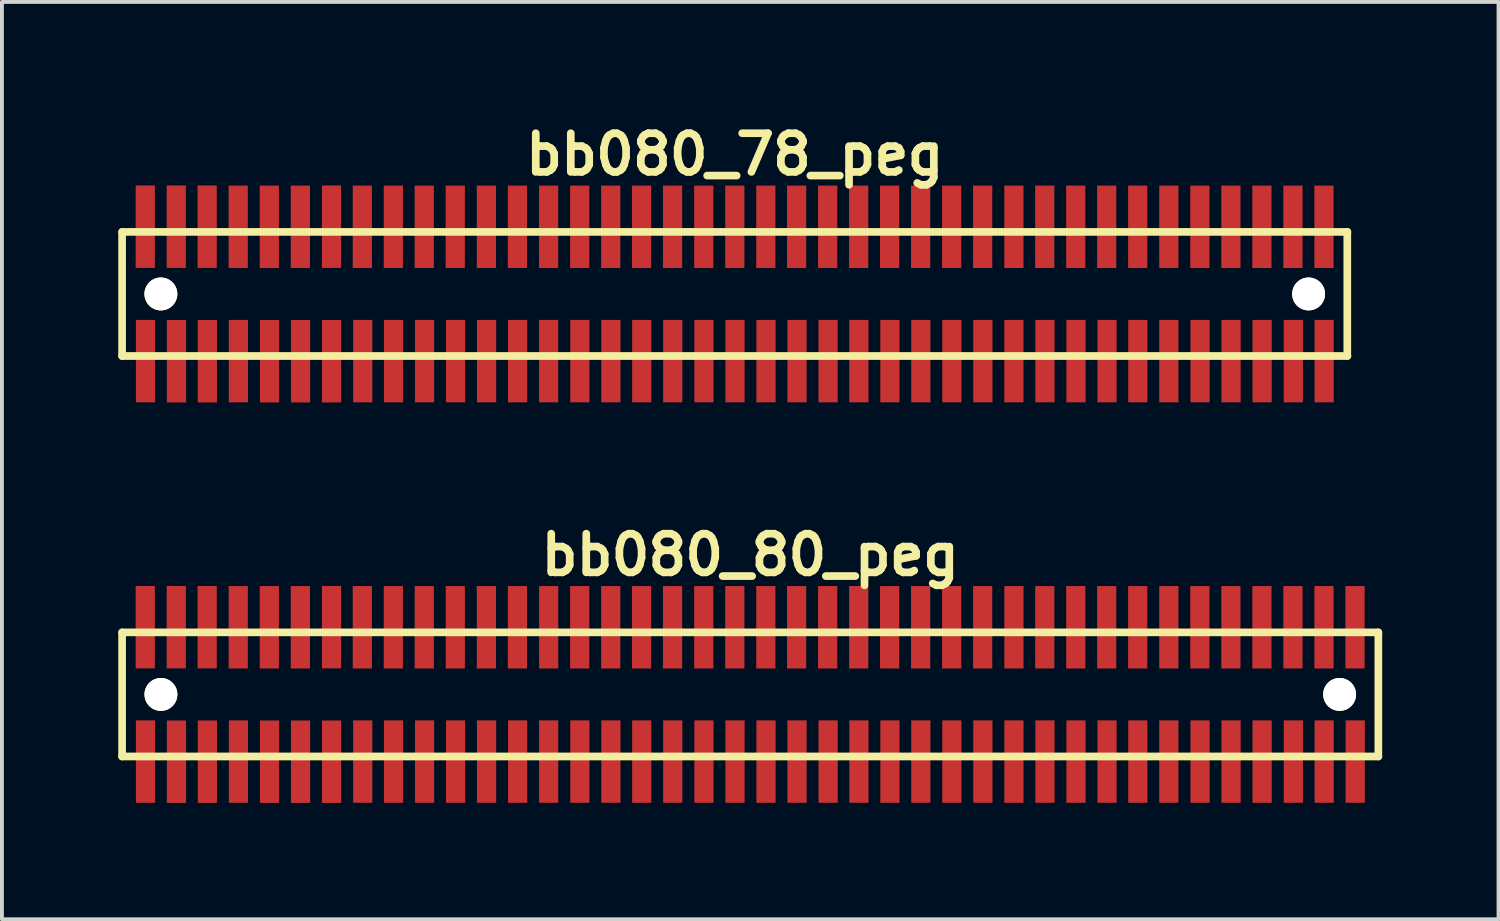
<source format=kicad_pcb>
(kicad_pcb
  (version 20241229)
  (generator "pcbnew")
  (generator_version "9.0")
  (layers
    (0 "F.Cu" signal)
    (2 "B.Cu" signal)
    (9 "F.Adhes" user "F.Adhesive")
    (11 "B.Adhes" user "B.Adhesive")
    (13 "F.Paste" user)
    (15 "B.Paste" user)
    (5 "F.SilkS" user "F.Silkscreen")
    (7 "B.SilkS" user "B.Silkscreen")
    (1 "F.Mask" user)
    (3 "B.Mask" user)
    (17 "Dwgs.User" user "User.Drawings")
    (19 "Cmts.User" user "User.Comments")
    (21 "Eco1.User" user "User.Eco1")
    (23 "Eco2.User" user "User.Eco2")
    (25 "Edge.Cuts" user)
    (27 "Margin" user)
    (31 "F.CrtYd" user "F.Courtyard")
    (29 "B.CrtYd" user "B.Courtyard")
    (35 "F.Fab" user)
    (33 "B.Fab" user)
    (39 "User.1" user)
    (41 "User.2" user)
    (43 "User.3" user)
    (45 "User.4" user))
  (footprint "bb080_80_peg"
    (layer "F.Cu")
    (at 16.299 14.859)
    (property "Reference" "bb080_80_peg" (at 0 -3.599 0) (layer "F.SilkS") (effects (font (size 0.998 0.998) (thickness 0.198))))
    (attr through_hole)
    (fp_line (start -16.2 -1.6) (end -16.2 1.6) (stroke (width 0.198) (type solid)) (layer "F.SilkS"))
    (fp_line (start -16.2 1.6) (end 16.198 1.6) (stroke (width 0.198) (type solid)) (layer "F.SilkS"))
    (fp_line (start 16.198 -1.6) (end -16.2 -1.6) (stroke (width 0.198) (type solid)) (layer "F.SilkS"))
    (fp_line (start 16.198 1.6) (end 16.198 -1.6) (stroke (width 0.198) (type solid)) (layer "F.SilkS"))
    (pad "" np_thru_hole circle (at -15.199 0) (size 0.848 0.848) (drill 0.848) (layers "*.Cu" "*.Mask" "F.SilkS"))
    (pad "" np_thru_hole circle (at 15.199 0) (size 0.848 0.848) (drill 0.848) (layers "*.Cu" "*.Mask" "F.SilkS"))
    (pad "1" smd rect (at -15.596 1.732) (size 0.495 2.126) (layers "F.Cu" "F.Mask" "F.Paste"))
    (pad "2" smd rect (at -15.603 -1.735) (size 0.495 2.126) (layers "F.Cu" "F.Mask" "F.Paste"))
    (pad "3" smd rect (at -14.798 1.735) (size 0.495 2.126) (layers "F.Cu" "F.Mask" "F.Paste"))
    (pad "4" smd rect (at -14.803 -1.735) (size 0.495 2.126) (layers "F.Cu" "F.Mask" "F.Paste"))
    (pad "5" smd rect (at -14 1.735) (size 0.495 2.126) (layers "F.Cu" "F.Mask" "F.Paste"))
    (pad "6" smd rect (at -14.006 -1.735) (size 0.495 2.126) (layers "F.Cu" "F.Mask" "F.Paste"))
    (pad "7" smd rect (at -13.2 1.732) (size 0.495 2.126) (layers "F.Cu" "F.Mask" "F.Paste"))
    (pad "8" smd rect (at -13.205 -1.732) (size 0.495 2.126) (layers "F.Cu" "F.Mask" "F.Paste"))
    (pad "9" smd rect (at -12.398 1.735) (size 0.495 2.126) (layers "F.Cu" "F.Mask" "F.Paste"))
    (pad "10" smd rect (at -12.403 -1.732) (size 0.495 2.126) (layers "F.Cu" "F.Mask" "F.Paste"))
    (pad "11" smd rect (at -11.598 1.735) (size 0.495 2.126) (layers "F.Cu" "F.Mask" "F.Paste"))
    (pad "12" smd rect (at -11.603 -1.732) (size 0.495 2.126) (layers "F.Cu" "F.Mask" "F.Paste"))
    (pad "13" smd rect (at -10.798 1.735) (size 0.495 2.126) (layers "F.Cu" "F.Mask" "F.Paste"))
    (pad "14" smd rect (at -10.8 -1.735) (size 0.495 2.126) (layers "F.Cu" "F.Mask" "F.Paste"))
    (pad "15" smd rect (at -9.995 1.732) (size 0.495 2.126) (layers "F.Cu" "F.Mask" "F.Paste"))
    (pad "16" smd rect (at -10.005 -1.732) (size 0.495 2.126) (layers "F.Cu" "F.Mask" "F.Paste"))
    (pad "17" smd rect (at -9.2 1.732) (size 0.495 2.126) (layers "F.Cu" "F.Mask" "F.Paste"))
    (pad "18" smd rect (at -9.205 -1.732) (size 0.495 2.126) (layers "F.Cu" "F.Mask" "F.Paste"))
    (pad "19" smd rect (at -8.4 1.732) (size 0.495 2.126) (layers "F.Cu" "F.Mask" "F.Paste"))
    (pad "20" smd rect (at -8.407 -1.732) (size 0.495 2.126) (layers "F.Cu" "F.Mask" "F.Paste"))
    (pad "21" smd rect (at -7.6 1.732) (size 0.495 2.126) (layers "F.Cu" "F.Mask" "F.Paste"))
    (pad "22" smd rect (at -7.607 -1.732) (size 0.495 2.126) (layers "F.Cu" "F.Mask" "F.Paste"))
    (pad "23" smd rect (at -6.8 1.732) (size 0.495 2.126) (layers "F.Cu" "F.Mask" "F.Paste"))
    (pad "24" smd rect (at -6.805 -1.732) (size 0.495 2.126) (layers "F.Cu" "F.Mask" "F.Paste"))
    (pad "25" smd rect (at -5.999 1.732) (size 0.495 2.126) (layers "F.Cu" "F.Mask" "F.Paste"))
    (pad "26" smd rect (at -6.005 -1.732) (size 0.495 2.126) (layers "F.Cu" "F.Mask" "F.Paste"))
    (pad "27" smd rect (at -5.199 1.732) (size 0.495 2.126) (layers "F.Cu" "F.Mask" "F.Paste"))
    (pad "28" smd rect (at -5.199 -1.732) (size 0.495 2.126) (layers "F.Cu" "F.Mask" "F.Paste"))
    (pad "29" smd rect (at -4.394 1.732) (size 0.495 2.126) (layers "F.Cu" "F.Mask" "F.Paste"))
    (pad "30" smd rect (at -4.399 -1.732) (size 0.495 2.126) (layers "F.Cu" "F.Mask" "F.Paste"))
    (pad "31" smd rect (at -3.594 1.732) (size 0.495 2.126) (layers "F.Cu" "F.Mask" "F.Paste"))
    (pad "32" smd rect (at -3.599 -1.732) (size 0.495 2.126) (layers "F.Cu" "F.Mask" "F.Paste"))
    (pad "33" smd rect (at -2.799 1.732) (size 0.495 2.126) (layers "F.Cu" "F.Mask" "F.Paste"))
    (pad "34" smd rect (at -2.804 -1.732) (size 0.495 2.126) (layers "F.Cu" "F.Mask" "F.Paste"))
    (pad "35" smd rect (at -1.999 1.732) (size 0.495 2.126) (layers "F.Cu" "F.Mask" "F.Paste"))
    (pad "36" smd rect (at -2.004 -1.732) (size 0.495 2.126) (layers "F.Cu" "F.Mask" "F.Paste"))
    (pad "37" smd rect (at -1.194 1.732) (size 0.495 2.126) (layers "F.Cu" "F.Mask" "F.Paste"))
    (pad "38" smd rect (at -1.199 -1.732) (size 0.495 2.126) (layers "F.Cu" "F.Mask" "F.Paste"))
    (pad "39" smd rect (at -0.394 1.732) (size 0.495 2.126) (layers "F.Cu" "F.Mask" "F.Paste"))
    (pad "40" smd rect (at -0.399 -1.732) (size 0.495 2.126) (layers "F.Cu" "F.Mask" "F.Paste"))
    (pad "41" smd rect (at 0.406 1.732) (size 0.495 2.126) (layers "F.Cu" "F.Mask" "F.Paste"))
    (pad "42" smd rect (at 0.401 -1.732) (size 0.495 2.126) (layers "F.Cu" "F.Mask" "F.Paste"))
    (pad "43" smd rect (at 1.206 1.732) (size 0.495 2.126) (layers "F.Cu" "F.Mask" "F.Paste"))
    (pad "44" smd rect (at 1.196 -1.732) (size 0.495 2.126) (layers "F.Cu" "F.Mask" "F.Paste"))
    (pad "45" smd rect (at 2.007 1.732) (size 0.495 2.126) (layers "F.Cu" "F.Mask" "F.Paste"))
    (pad "46" smd rect (at 1.996 -1.732) (size 0.495 2.126) (layers "F.Cu" "F.Mask" "F.Paste"))
    (pad "47" smd rect (at 2.802 1.732) (size 0.495 2.126) (layers "F.Cu" "F.Mask" "F.Paste"))
    (pad "48" smd rect (at 2.797 -1.732) (size 0.495 2.126) (layers "F.Cu" "F.Mask" "F.Paste"))
    (pad "49" smd rect (at 3.602 1.732) (size 0.495 2.126) (layers "F.Cu" "F.Mask" "F.Paste"))
    (pad "50" smd rect (at 3.594 -1.732) (size 0.495 2.126) (layers "F.Cu" "F.Mask" "F.Paste"))
    (pad "51" smd rect (at 4.399 1.732) (size 0.495 2.126) (layers "F.Cu" "F.Mask" "F.Paste"))
    (pad "52" smd rect (at 4.394 -1.732) (size 0.495 2.126) (layers "F.Cu" "F.Mask" "F.Paste"))
    (pad "53" smd rect (at 5.199 1.732) (size 0.495 2.126) (layers "F.Cu" "F.Mask" "F.Paste"))
    (pad "54" smd rect (at 5.194 -1.732) (size 0.495 2.126) (layers "F.Cu" "F.Mask" "F.Paste"))
    (pad "55" smd rect (at 5.999 1.732) (size 0.495 2.126) (layers "F.Cu" "F.Mask" "F.Paste"))
    (pad "56" smd rect (at 5.994 -1.732) (size 0.495 2.126) (layers "F.Cu" "F.Mask" "F.Paste"))
    (pad "57" smd rect (at 6.8 1.732) (size 0.495 2.126) (layers "F.Cu" "F.Mask" "F.Paste"))
    (pad "58" smd rect (at 6.8 -1.732) (size 0.495 2.126) (layers "F.Cu" "F.Mask" "F.Paste"))
    (pad "59" smd rect (at 7.6 1.732) (size 0.495 2.126) (layers "F.Cu" "F.Mask" "F.Paste"))
    (pad "60" smd rect (at 7.595 -1.732) (size 0.495 2.126) (layers "F.Cu" "F.Mask" "F.Paste"))
    (pad "61" smd rect (at 8.4 1.732) (size 0.495 2.126) (layers "F.Cu" "F.Mask" "F.Paste"))
    (pad "62" smd rect (at 8.395 -1.732) (size 0.495 2.126) (layers "F.Cu" "F.Mask" "F.Paste"))
    (pad "63" smd rect (at 9.2 1.732) (size 0.495 2.126) (layers "F.Cu" "F.Mask" "F.Paste"))
    (pad "64" smd rect (at 9.192 -1.732) (size 0.495 2.126) (layers "F.Cu" "F.Mask" "F.Paste"))
    (pad "65" smd rect (at 9.995 1.732) (size 0.495 2.126) (layers "F.Cu" "F.Mask" "F.Paste"))
    (pad "66" smd rect (at 9.992 -1.732) (size 0.495 2.126) (layers "F.Cu" "F.Mask" "F.Paste"))
    (pad "67" smd rect (at 10.795 1.732) (size 0.495 2.126) (layers "F.Cu" "F.Mask" "F.Paste"))
    (pad "68" smd rect (at 10.795 -1.732) (size 0.495 2.126) (layers "F.Cu" "F.Mask" "F.Paste"))
    (pad "69" smd rect (at 11.6 1.732) (size 0.495 2.126) (layers "F.Cu" "F.Mask" "F.Paste"))
    (pad "70" smd rect (at 11.595 -1.732) (size 0.495 2.126) (layers "F.Cu" "F.Mask" "F.Paste"))
    (pad "71" smd rect (at 12.4 1.732) (size 0.495 2.126) (layers "F.Cu" "F.Mask" "F.Paste"))
    (pad "72" smd rect (at 12.395 -1.732) (size 0.495 2.126) (layers "F.Cu" "F.Mask" "F.Paste"))
    (pad "73" smd rect (at 13.2 1.732) (size 0.495 2.126) (layers "F.Cu" "F.Mask" "F.Paste"))
    (pad "74" smd rect (at 13.195 -1.732) (size 0.495 2.126) (layers "F.Cu" "F.Mask" "F.Paste"))
    (pad "75" smd rect (at 14.006 1.732) (size 0.495 2.126) (layers "F.Cu" "F.Mask" "F.Paste"))
    (pad "76" smd rect (at 13.995 -1.732) (size 0.495 2.126) (layers "F.Cu" "F.Mask" "F.Paste"))
    (pad "77" smd rect (at 14.801 1.732) (size 0.495 2.126) (layers "F.Cu" "F.Mask" "F.Paste"))
    (pad "78" smd rect (at 14.796 -1.732) (size 0.495 2.126) (layers "F.Cu" "F.Mask" "F.Paste"))
    (pad "79" smd rect (at 15.601 1.732) (size 0.495 2.126) (layers "F.Cu" "F.Mask" "F.Paste"))
    (pad "80" smd rect (at 15.596 -1.732) (size 0.495 2.126) (layers "F.Cu" "F.Mask" "F.Paste")))
  (footprint "bb080_78_peg"
    (layer "F.Cu")
    (at 15.9 4.531)
    (property "Reference" "bb080_78_peg" (at 0 -3.599 0) (layer "F.SilkS") (effects (font (size 0.998 0.998) (thickness 0.198))))
    (attr through_hole)
    (fp_line (start -15.801 -1.6) (end -15.801 1.6) (stroke (width 0.198) (type solid)) (layer "F.SilkS"))
    (fp_line (start -15.799 1.6) (end 15.799 1.6) (stroke (width 0.198) (type solid)) (layer "F.SilkS"))
    (fp_line (start 15.796 1.6) (end 15.796 -1.6) (stroke (width 0.198) (type solid)) (layer "F.SilkS"))
    (fp_line (start 15.799 -1.6) (end -15.799 -1.6) (stroke (width 0.198) (type solid)) (layer "F.SilkS"))
    (pad "" np_thru_hole circle (at -14.801 0) (size 0.848 0.848) (drill 0.848) (layers "*.Cu" "*.Mask" "F.SilkS"))
    (pad "" np_thru_hole circle (at 14.798 0) (size 0.848 0.848) (drill 0.848) (layers "*.Cu" "*.Mask" "F.SilkS"))
    (pad "1" smd rect (at -15.197 1.732) (size 0.495 2.126) (layers "F.Cu" "F.Mask" "F.Paste"))
    (pad "2" smd rect (at -15.204 -1.735) (size 0.495 2.126) (layers "F.Cu" "F.Mask" "F.Paste"))
    (pad "3" smd rect (at -14.399 1.735) (size 0.495 2.126) (layers "F.Cu" "F.Mask" "F.Paste"))
    (pad "4" smd rect (at -14.404 -1.735) (size 0.495 2.126) (layers "F.Cu" "F.Mask" "F.Paste"))
    (pad "5" smd rect (at -13.602 1.735) (size 0.495 2.126) (layers "F.Cu" "F.Mask" "F.Paste"))
    (pad "6" smd rect (at -13.607 -1.735) (size 0.495 2.126) (layers "F.Cu" "F.Mask" "F.Paste"))
    (pad "7" smd rect (at -12.802 1.732) (size 0.495 2.126) (layers "F.Cu" "F.Mask" "F.Paste"))
    (pad "8" smd rect (at -12.807 -1.732) (size 0.495 2.126) (layers "F.Cu" "F.Mask" "F.Paste"))
    (pad "9" smd rect (at -11.999 1.735) (size 0.495 2.126) (layers "F.Cu" "F.Mask" "F.Paste"))
    (pad "10" smd rect (at -12.004 -1.732) (size 0.495 2.126) (layers "F.Cu" "F.Mask" "F.Paste"))
    (pad "11" smd rect (at -11.199 1.735) (size 0.495 2.126) (layers "F.Cu" "F.Mask" "F.Paste"))
    (pad "12" smd rect (at -11.204 -1.732) (size 0.495 2.126) (layers "F.Cu" "F.Mask" "F.Paste"))
    (pad "13" smd rect (at -10.399 1.735) (size 0.495 2.126) (layers "F.Cu" "F.Mask" "F.Paste"))
    (pad "14" smd rect (at -10.401 -1.735) (size 0.495 2.126) (layers "F.Cu" "F.Mask" "F.Paste"))
    (pad "15" smd rect (at -9.596 1.732) (size 0.495 2.126) (layers "F.Cu" "F.Mask" "F.Paste"))
    (pad "16" smd rect (at -9.606 -1.732) (size 0.495 2.126) (layers "F.Cu" "F.Mask" "F.Paste"))
    (pad "17" smd rect (at -8.801 1.732) (size 0.495 2.126) (layers "F.Cu" "F.Mask" "F.Paste"))
    (pad "18" smd rect (at -8.806 -1.732) (size 0.495 2.126) (layers "F.Cu" "F.Mask" "F.Paste"))
    (pad "19" smd rect (at -8.001 1.732) (size 0.495 2.126) (layers "F.Cu" "F.Mask" "F.Paste"))
    (pad "20" smd rect (at -8.009 -1.732) (size 0.495 2.126) (layers "F.Cu" "F.Mask" "F.Paste"))
    (pad "21" smd rect (at -7.201 1.732) (size 0.495 2.126) (layers "F.Cu" "F.Mask" "F.Paste"))
    (pad "22" smd rect (at -7.209 -1.732) (size 0.495 2.126) (layers "F.Cu" "F.Mask" "F.Paste"))
    (pad "23" smd rect (at -6.401 1.732) (size 0.495 2.126) (layers "F.Cu" "F.Mask" "F.Paste"))
    (pad "24" smd rect (at -6.406 -1.732) (size 0.495 2.126) (layers "F.Cu" "F.Mask" "F.Paste"))
    (pad "25" smd rect (at -5.601 1.732) (size 0.495 2.126) (layers "F.Cu" "F.Mask" "F.Paste"))
    (pad "26" smd rect (at -5.606 -1.732) (size 0.495 2.126) (layers "F.Cu" "F.Mask" "F.Paste"))
    (pad "27" smd rect (at -4.801 1.732) (size 0.495 2.126) (layers "F.Cu" "F.Mask" "F.Paste"))
    (pad "28" smd rect (at -4.801 -1.732) (size 0.495 2.126) (layers "F.Cu" "F.Mask" "F.Paste"))
    (pad "29" smd rect (at -3.995 1.732) (size 0.495 2.126) (layers "F.Cu" "F.Mask" "F.Paste"))
    (pad "30" smd rect (at -4 -1.732) (size 0.495 2.126) (layers "F.Cu" "F.Mask" "F.Paste"))
    (pad "31" smd rect (at -3.195 1.732) (size 0.495 2.126) (layers "F.Cu" "F.Mask" "F.Paste"))
    (pad "32" smd rect (at -3.2 -1.732) (size 0.495 2.126) (layers "F.Cu" "F.Mask" "F.Paste"))
    (pad "33" smd rect (at -2.4 1.732) (size 0.495 2.126) (layers "F.Cu" "F.Mask" "F.Paste"))
    (pad "34" smd rect (at -2.405 -1.732) (size 0.495 2.126) (layers "F.Cu" "F.Mask" "F.Paste"))
    (pad "35" smd rect (at -1.6 1.732) (size 0.495 2.126) (layers "F.Cu" "F.Mask" "F.Paste"))
    (pad "36" smd rect (at -1.605 -1.732) (size 0.495 2.126) (layers "F.Cu" "F.Mask" "F.Paste"))
    (pad "37" smd rect (at -0.795 1.732) (size 0.495 2.126) (layers "F.Cu" "F.Mask" "F.Paste"))
    (pad "38" smd rect (at -0.8 -1.732) (size 0.495 2.126) (layers "F.Cu" "F.Mask" "F.Paste"))
    (pad "39" smd rect (at 0.005 1.732) (size 0.495 2.126) (layers "F.Cu" "F.Mask" "F.Paste"))
    (pad "40" smd rect (at 0 -1.732) (size 0.495 2.126) (layers "F.Cu" "F.Mask" "F.Paste"))
    (pad "41" smd rect (at 0.805 1.732) (size 0.495 2.126) (layers "F.Cu" "F.Mask" "F.Paste"))
    (pad "42" smd rect (at 0.8 -1.732) (size 0.495 2.126) (layers "F.Cu" "F.Mask" "F.Paste"))
    (pad "43" smd rect (at 1.605 1.732) (size 0.495 2.126) (layers "F.Cu" "F.Mask" "F.Paste"))
    (pad "44" smd rect (at 1.595 -1.732) (size 0.495 2.126) (layers "F.Cu" "F.Mask" "F.Paste"))
    (pad "45" smd rect (at 2.405 1.732) (size 0.495 2.126) (layers "F.Cu" "F.Mask" "F.Paste"))
    (pad "46" smd rect (at 2.395 -1.732) (size 0.495 2.126) (layers "F.Cu" "F.Mask" "F.Paste"))
    (pad "47" smd rect (at 3.2 1.732) (size 0.495 2.126) (layers "F.Cu" "F.Mask" "F.Paste"))
    (pad "48" smd rect (at 3.195 -1.732) (size 0.495 2.126) (layers "F.Cu" "F.Mask" "F.Paste"))
    (pad "49" smd rect (at 4 1.732) (size 0.495 2.126) (layers "F.Cu" "F.Mask" "F.Paste"))
    (pad "50" smd rect (at 3.993 -1.732) (size 0.495 2.126) (layers "F.Cu" "F.Mask" "F.Paste"))
    (pad "51" smd rect (at 4.798 1.732) (size 0.495 2.126) (layers "F.Cu" "F.Mask" "F.Paste"))
    (pad "52" smd rect (at 4.793 -1.732) (size 0.495 2.126) (layers "F.Cu" "F.Mask" "F.Paste"))
    (pad "53" smd rect (at 5.598 1.732) (size 0.495 2.126) (layers "F.Cu" "F.Mask" "F.Paste"))
    (pad "54" smd rect (at 5.593 -1.732) (size 0.495 2.126) (layers "F.Cu" "F.Mask" "F.Paste"))
    (pad "55" smd rect (at 6.398 1.732) (size 0.495 2.126) (layers "F.Cu" "F.Mask" "F.Paste"))
    (pad "56" smd rect (at 6.393 -1.732) (size 0.495 2.126) (layers "F.Cu" "F.Mask" "F.Paste"))
    (pad "57" smd rect (at 7.198 1.732) (size 0.495 2.126) (layers "F.Cu" "F.Mask" "F.Paste"))
    (pad "58" smd rect (at 7.198 -1.732) (size 0.495 2.126) (layers "F.Cu" "F.Mask" "F.Paste"))
    (pad "59" smd rect (at 7.998 1.732) (size 0.495 2.126) (layers "F.Cu" "F.Mask" "F.Paste"))
    (pad "60" smd rect (at 7.993 -1.732) (size 0.495 2.126) (layers "F.Cu" "F.Mask" "F.Paste"))
    (pad "61" smd rect (at 8.799 1.732) (size 0.495 2.126) (layers "F.Cu" "F.Mask" "F.Paste"))
    (pad "62" smd rect (at 8.793 -1.732) (size 0.495 2.126) (layers "F.Cu" "F.Mask" "F.Paste"))
    (pad "63" smd rect (at 9.599 1.732) (size 0.495 2.126) (layers "F.Cu" "F.Mask" "F.Paste"))
    (pad "64" smd rect (at 9.591 -1.732) (size 0.495 2.126) (layers "F.Cu" "F.Mask" "F.Paste"))
    (pad "65" smd rect (at 10.394 1.732) (size 0.495 2.126) (layers "F.Cu" "F.Mask" "F.Paste"))
    (pad "66" smd rect (at 10.391 -1.732) (size 0.495 2.126) (layers "F.Cu" "F.Mask" "F.Paste"))
    (pad "67" smd rect (at 11.194 1.732) (size 0.495 2.126) (layers "F.Cu" "F.Mask" "F.Paste"))
    (pad "68" smd rect (at 11.194 -1.732) (size 0.495 2.126) (layers "F.Cu" "F.Mask" "F.Paste"))
    (pad "69" smd rect (at 11.999 1.732) (size 0.495 2.126) (layers "F.Cu" "F.Mask" "F.Paste"))
    (pad "70" smd rect (at 11.994 -1.732) (size 0.495 2.126) (layers "F.Cu" "F.Mask" "F.Paste"))
    (pad "71" smd rect (at 12.799 1.732) (size 0.495 2.126) (layers "F.Cu" "F.Mask" "F.Paste"))
    (pad "72" smd rect (at 12.794 -1.732) (size 0.495 2.126) (layers "F.Cu" "F.Mask" "F.Paste"))
    (pad "73" smd rect (at 13.599 1.732) (size 0.495 2.126) (layers "F.Cu" "F.Mask" "F.Paste"))
    (pad "74" smd rect (at 13.594 -1.732) (size 0.495 2.126) (layers "F.Cu" "F.Mask" "F.Paste"))
    (pad "75" smd rect (at 14.404 1.732) (size 0.495 2.126) (layers "F.Cu" "F.Mask" "F.Paste"))
    (pad "76" smd rect (at 14.394 -1.732) (size 0.495 2.126) (layers "F.Cu" "F.Mask" "F.Paste"))
    (pad "77" smd rect (at 15.199 1.732) (size 0.495 2.126) (layers "F.Cu" "F.Mask" "F.Paste"))
    (pad "78" smd rect (at 15.194 -1.732) (size 0.495 2.126) (layers "F.Cu" "F.Mask" "F.Paste")))
  (gr_rect
    (start -3 -3)
    (end 35.596 20.657)
    (stroke (width 0.1) (type default))
    (fill no)
    (layer "Edge.Cuts")))
</source>
